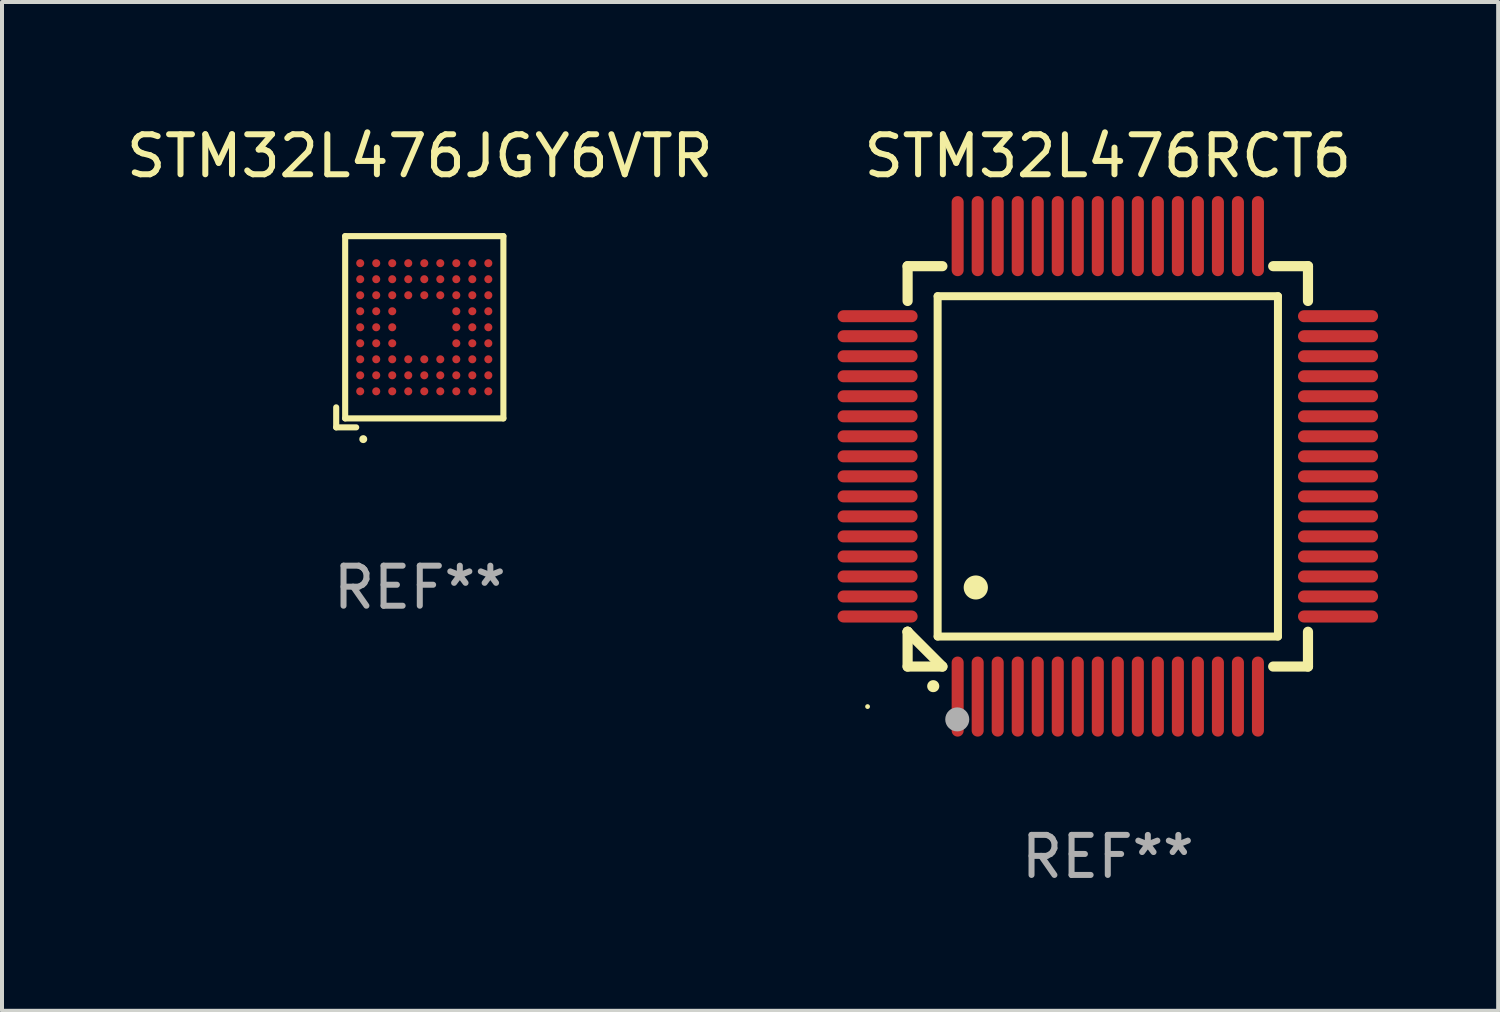
<source format=kicad_pcb>
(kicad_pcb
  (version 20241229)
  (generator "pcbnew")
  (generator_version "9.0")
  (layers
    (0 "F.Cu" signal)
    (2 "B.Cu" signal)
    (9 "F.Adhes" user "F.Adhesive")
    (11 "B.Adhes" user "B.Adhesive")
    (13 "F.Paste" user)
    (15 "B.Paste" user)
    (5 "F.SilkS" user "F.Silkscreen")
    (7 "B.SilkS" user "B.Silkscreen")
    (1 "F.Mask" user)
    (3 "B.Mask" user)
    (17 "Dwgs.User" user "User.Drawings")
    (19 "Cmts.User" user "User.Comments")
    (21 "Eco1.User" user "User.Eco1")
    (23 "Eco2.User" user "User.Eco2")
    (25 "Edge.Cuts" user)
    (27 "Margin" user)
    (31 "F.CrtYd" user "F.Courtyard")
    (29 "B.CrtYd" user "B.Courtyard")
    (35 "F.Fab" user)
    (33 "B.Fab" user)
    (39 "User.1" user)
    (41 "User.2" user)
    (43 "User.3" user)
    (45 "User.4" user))
  (footprint "STM32L476JGY6VTR"
    (layer "F.Cu")
    (at 7.435 5.236)
    (property "Reference" "STM32L476JGY6VTR" (at 0 -4.388 0) (layer "F.SilkS") (effects (font (size 1 1) (thickness 0.15))))
    (attr through_hole)
    (fp_line (start -2.088 1.888) (end -2.088 2.388) (stroke (width 0.152) (type solid)) (layer "F.SilkS"))
    (fp_line (start -2.088 2.388) (end -1.588 2.388) (stroke (width 0.152) (type solid)) (layer "F.SilkS"))
    (fp_line (start -1.864 -2.388) (end 2.088 -2.388) (stroke (width 0.152) (type solid)) (layer "F.SilkS"))
    (fp_line (start -1.864 2.164) (end -1.864 -2.388) (stroke (width 0.152) (type solid)) (layer "F.SilkS"))
    (fp_line (start 2.088 -2.388) (end 2.088 2.164) (stroke (width 0.152) (type solid)) (layer "F.SilkS"))
    (fp_line (start 2.088 2.164) (end -1.864 2.164) (stroke (width 0.152) (type solid)) (layer "F.SilkS"))
    (fp_circle (center -1.412 2.682) (end -1.362 2.682) (stroke (width 0.1) (type solid)) (fill no) (layer "F.SilkS"))
    (fp_text user "REF**" (at 0 6.388 0) (layer "F.Fab") (effects (font (size 1 1) (thickness 0.15))))
    (pad "A1" smd circle (at -1.488 1.488) (size 0.2 0.2) (layers "F.Cu" "F.Mask" "F.Paste"))
    (pad "A2" smd circle (at -1.488 1.088) (size 0.2 0.2) (layers "F.Cu" "F.Mask" "F.Paste"))
    (pad "A3" smd circle (at -1.488 0.688) (size 0.2 0.2) (layers "F.Cu" "F.Mask" "F.Paste"))
    (pad "A4" smd circle (at -1.488 0.288) (size 0.2 0.2) (layers "F.Cu" "F.Mask" "F.Paste"))
    (pad "A5" smd circle (at -1.488 -0.112) (size 0.2 0.2) (layers "F.Cu" "F.Mask" "F.Paste"))
    (pad "A6" smd circle (at -1.488 -0.512) (size 0.2 0.2) (layers "F.Cu" "F.Mask" "F.Paste"))
    (pad "A7" smd circle (at -1.488 -0.912) (size 0.2 0.2) (layers "F.Cu" "F.Mask" "F.Paste"))
    (pad "A8" smd circle (at -1.488 -1.312) (size 0.2 0.2) (layers "F.Cu" "F.Mask" "F.Paste"))
    (pad "A9" smd circle (at -1.488 -1.712) (size 0.2 0.2) (layers "F.Cu" "F.Mask" "F.Paste"))
    (pad "B1" smd circle (at -1.088 1.488) (size 0.2 0.2) (layers "F.Cu" "F.Mask" "F.Paste"))
    (pad "B2" smd circle (at -1.088 1.088) (size 0.2 0.2) (layers "F.Cu" "F.Mask" "F.Paste"))
    (pad "B3" smd circle (at -1.088 0.688) (size 0.2 0.2) (layers "F.Cu" "F.Mask" "F.Paste"))
    (pad "B4" smd circle (at -1.088 0.288) (size 0.2 0.2) (layers "F.Cu" "F.Mask" "F.Paste"))
    (pad "B5" smd circle (at -1.088 -0.112) (size 0.2 0.2) (layers "F.Cu" "F.Mask" "F.Paste"))
    (pad "B6" smd circle (at -1.088 -0.512) (size 0.2 0.2) (layers "F.Cu" "F.Mask" "F.Paste"))
    (pad "B7" smd circle (at -1.088 -0.912) (size 0.2 0.2) (layers "F.Cu" "F.Mask" "F.Paste"))
    (pad "B8" smd circle (at -1.088 -1.312) (size 0.2 0.2) (layers "F.Cu" "F.Mask" "F.Paste"))
    (pad "B9" smd circle (at -1.088 -1.712) (size 0.2 0.2) (layers "F.Cu" "F.Mask" "F.Paste"))
    (pad "C1" smd circle (at -0.688 1.488) (size 0.2 0.2) (layers "F.Cu" "F.Mask" "F.Paste"))
    (pad "C2" smd circle (at -0.688 1.088) (size 0.2 0.2) (layers "F.Cu" "F.Mask" "F.Paste"))
    (pad "C3" smd circle (at -0.688 0.688) (size 0.2 0.2) (layers "F.Cu" "F.Mask" "F.Paste"))
    (pad "C4" smd circle (at -0.688 0.288) (size 0.2 0.2) (layers "F.Cu" "F.Mask" "F.Paste"))
    (pad "C5" smd circle (at -0.688 -0.112) (size 0.2 0.2) (layers "F.Cu" "F.Mask" "F.Paste"))
    (pad "C6" smd circle (at -0.688 -0.512) (size 0.2 0.2) (layers "F.Cu" "F.Mask" "F.Paste"))
    (pad "C7" smd circle (at -0.688 -0.912) (size 0.2 0.2) (layers "F.Cu" "F.Mask" "F.Paste"))
    (pad "C8" smd circle (at -0.688 -1.312) (size 0.2 0.2) (layers "F.Cu" "F.Mask" "F.Paste"))
    (pad "C9" smd circle (at -0.688 -1.712) (size 0.2 0.2) (layers "F.Cu" "F.Mask" "F.Paste"))
    (pad "D1" smd circle (at -0.288 1.488) (size 0.2 0.2) (layers "F.Cu" "F.Mask" "F.Paste"))
    (pad "D2" smd circle (at -0.288 1.088) (size 0.2 0.2) (layers "F.Cu" "F.Mask" "F.Paste"))
    (pad "D3" smd circle (at -0.288 0.688) (size 0.2 0.2) (layers "F.Cu" "F.Mask" "F.Paste"))
    (pad "D7" smd circle (at -0.288 -0.912) (size 0.2 0.2) (layers "F.Cu" "F.Mask" "F.Paste"))
    (pad "D8" smd circle (at -0.288 -1.312) (size 0.2 0.2) (layers "F.Cu" "F.Mask" "F.Paste"))
    (pad "D9" smd circle (at -0.288 -1.712) (size 0.2 0.2) (layers "F.Cu" "F.Mask" "F.Paste"))
    (pad "E1" smd circle (at 0.112 1.488) (size 0.2 0.2) (layers "F.Cu" "F.Mask" "F.Paste"))
    (pad "E2" smd circle (at 0.112 1.088) (size 0.2 0.2) (layers "F.Cu" "F.Mask" "F.Paste"))
    (pad "E3" smd circle (at 0.112 0.688) (size 0.2 0.2) (layers "F.Cu" "F.Mask" "F.Paste"))
    (pad "E7" smd circle (at 0.112 -0.912) (size 0.2 0.2) (layers "F.Cu" "F.Mask" "F.Paste"))
    (pad "E8" smd circle (at 0.112 -1.312) (size 0.2 0.2) (layers "F.Cu" "F.Mask" "F.Paste"))
    (pad "E9" smd circle (at 0.112 -1.712) (size 0.2 0.2) (layers "F.Cu" "F.Mask" "F.Paste"))
    (pad "F1" smd circle (at 0.512 1.488) (size 0.2 0.2) (layers "F.Cu" "F.Mask" "F.Paste"))
    (pad "F2" smd circle (at 0.512 1.088) (size 0.2 0.2) (layers "F.Cu" "F.Mask" "F.Paste"))
    (pad "F3" smd circle (at 0.512 0.688) (size 0.2 0.2) (layers "F.Cu" "F.Mask" "F.Paste"))
    (pad "F7" smd circle (at 0.512 -0.912) (size 0.2 0.2) (layers "F.Cu" "F.Mask" "F.Paste"))
    (pad "F8" smd circle (at 0.512 -1.312) (size 0.2 0.2) (layers "F.Cu" "F.Mask" "F.Paste"))
    (pad "F9" smd circle (at 0.512 -1.712) (size 0.2 0.2) (layers "F.Cu" "F.Mask" "F.Paste"))
    (pad "G1" smd circle (at 0.912 1.488) (size 0.2 0.2) (layers "F.Cu" "F.Mask" "F.Paste"))
    (pad "G2" smd circle (at 0.912 1.088) (size 0.2 0.2) (layers "F.Cu" "F.Mask" "F.Paste"))
    (pad "G3" smd circle (at 0.912 0.688) (size 0.2 0.2) (layers "F.Cu" "F.Mask" "F.Paste"))
    (pad "G4" smd circle (at 0.912 0.288) (size 0.2 0.2) (layers "F.Cu" "F.Mask" "F.Paste"))
    (pad "G5" smd circle (at 0.912 -0.112) (size 0.2 0.2) (layers "F.Cu" "F.Mask" "F.Paste"))
    (pad "G6" smd circle (at 0.912 -0.512) (size 0.2 0.2) (layers "F.Cu" "F.Mask" "F.Paste"))
    (pad "G7" smd circle (at 0.912 -0.912) (size 0.2 0.2) (layers "F.Cu" "F.Mask" "F.Paste"))
    (pad "G8" smd circle (at 0.912 -1.312) (size 0.2 0.2) (layers "F.Cu" "F.Mask" "F.Paste"))
    (pad "G9" smd circle (at 0.912 -1.712) (size 0.2 0.2) (layers "F.Cu" "F.Mask" "F.Paste"))
    (pad "H1" smd circle (at 1.312 1.488) (size 0.2 0.2) (layers "F.Cu" "F.Mask" "F.Paste"))
    (pad "H2" smd circle (at 1.312 1.088) (size 0.2 0.2) (layers "F.Cu" "F.Mask" "F.Paste"))
    (pad "H3" smd circle (at 1.312 0.688) (size 0.2 0.2) (layers "F.Cu" "F.Mask" "F.Paste"))
    (pad "H4" smd circle (at 1.312 0.288) (size 0.2 0.2) (layers "F.Cu" "F.Mask" "F.Paste"))
    (pad "H5" smd circle (at 1.312 -0.112) (size 0.2 0.2) (layers "F.Cu" "F.Mask" "F.Paste"))
    (pad "H6" smd circle (at 1.312 -0.512) (size 0.2 0.2) (layers "F.Cu" "F.Mask" "F.Paste"))
    (pad "H7" smd circle (at 1.312 -0.912) (size 0.2 0.2) (layers "F.Cu" "F.Mask" "F.Paste"))
    (pad "H8" smd circle (at 1.312 -1.312) (size 0.2 0.2) (layers "F.Cu" "F.Mask" "F.Paste"))
    (pad "H9" smd circle (at 1.312 -1.712) (size 0.2 0.2) (layers "F.Cu" "F.Mask" "F.Paste"))
    (pad "J1" smd circle (at 1.712 1.488) (size 0.2 0.2) (layers "F.Cu" "F.Mask" "F.Paste"))
    (pad "J2" smd circle (at 1.712 1.088) (size 0.2 0.2) (layers "F.Cu" "F.Mask" "F.Paste"))
    (pad "J3" smd circle (at 1.712 0.688) (size 0.2 0.2) (layers "F.Cu" "F.Mask" "F.Paste"))
    (pad "J4" smd circle (at 1.712 0.288) (size 0.2 0.2) (layers "F.Cu" "F.Mask" "F.Paste"))
    (pad "J5" smd circle (at 1.712 -0.112) (size 0.2 0.2) (layers "F.Cu" "F.Mask" "F.Paste"))
    (pad "J6" smd circle (at 1.712 -0.512) (size 0.2 0.2) (layers "F.Cu" "F.Mask" "F.Paste"))
    (pad "J7" smd circle (at 1.712 -0.912) (size 0.2 0.2) (layers "F.Cu" "F.Mask" "F.Paste"))
    (pad "J8" smd circle (at 1.712 -1.312) (size 0.2 0.2) (layers "F.Cu" "F.Mask" "F.Paste"))
    (pad "J9" smd circle (at 1.712 -1.712) (size 0.2 0.2) (layers "F.Cu" "F.Mask" "F.Paste")))
  (footprint "STM32L476RCT6"
    (layer "F.Cu")
    (at 24.619 8.598)
    (property "Reference" "STM32L476RCT6" (at 0 -7.75 0) (layer "F.SilkS") (effects (font (size 1 1) (thickness 0.15))))
    (attr through_hole)
    (fp_line (start -5 -5) (end -4.131 -5) (stroke (width 0.254) (type solid)) (layer "F.SilkS"))
    (fp_line (start -5 -4.131) (end -5 -5) (stroke (width 0.254) (type solid)) (layer "F.SilkS"))
    (fp_line (start -5 4.131) (end -5 4.131) (stroke (width 0.254) (type solid)) (layer "F.SilkS"))
    (fp_line (start -5 5) (end -5 4.131) (stroke (width 0.254) (type solid)) (layer "F.SilkS"))
    (fp_line (start -5 4.131) (end -4.131 5) (stroke (width 0.254) (type solid)) (layer "F.SilkS"))
    (fp_line (start -4.25 -4.25) (end -4.25 4.25) (stroke (width 0.2) (type solid)) (layer "F.SilkS"))
    (fp_line (start -4.25 4.25) (end 4.25 4.25) (stroke (width 0.2) (type solid)) (layer "F.SilkS"))
    (fp_line (start -4.131 5) (end -5 5) (stroke (width 0.254) (type solid)) (layer "F.SilkS"))
    (fp_line (start 4.25 -4.25) (end -4.25 -4.25) (stroke (width 0.2) (type solid)) (layer "F.SilkS"))
    (fp_line (start 4.25 4.25) (end 4.25 -4.25) (stroke (width 0.2) (type solid)) (layer "F.SilkS"))
    (fp_line (start 5 -5) (end 4.131 -5) (stroke (width 0.254) (type solid)) (layer "F.SilkS"))
    (fp_line (start 5 -5) (end 5 -4.131) (stroke (width 0.254) (type solid)) (layer "F.SilkS"))
    (fp_line (start 5 4.131) (end 5 5) (stroke (width 0.254) (type solid)) (layer "F.SilkS"))
    (fp_line (start 5 5) (end 4.131 5) (stroke (width 0.254) (type solid)) (layer "F.SilkS"))
    (fp_arc (start -4.361265 5.489992) (mid -4.359995 5.489987) (end -4.358725 5.489992) (stroke (width 0.3) (type solid)) (layer "F.SilkS"))
    (fp_arc (start -3.299467 3.025146) (mid -3.296927 3.025135) (end -3.294387 3.025146) (stroke (width 0.6) (type solid)) (layer "F.SilkS"))
    (fp_circle (center -6 6) (end -5.97 6) (stroke (width 0.06) (type solid)) (fill no) (layer "F.SilkS"))
    (fp_circle (center -3.76 6.32) (end -3.61 6.32) (stroke (width 0.3) (type solid)) (fill no) (layer "F.Fab"))
    (fp_text user "REF**" (at 0 9.75 0) (layer "F.Fab") (effects (font (size 1 1) (thickness 0.15))))
    (pad "1" smd oval (at -3.75 5.75) (size 0.3 2) (layers "F.Cu" "F.Mask" "F.Paste"))
    (pad "2" smd oval (at -3.25 5.75) (size 0.3 2) (layers "F.Cu" "F.Mask" "F.Paste"))
    (pad "3" smd oval (at -2.75 5.75) (size 0.3 2) (layers "F.Cu" "F.Mask" "F.Paste"))
    (pad "4" smd oval (at -2.25 5.75) (size 0.3 2) (layers "F.Cu" "F.Mask" "F.Paste"))
    (pad "5" smd oval (at -1.75 5.75) (size 0.3 2) (layers "F.Cu" "F.Mask" "F.Paste"))
    (pad "6" smd oval (at -1.25 5.75) (size 0.3 2) (layers "F.Cu" "F.Mask" "F.Paste"))
    (pad "7" smd oval (at -0.75 5.75) (size 0.3 2) (layers "F.Cu" "F.Mask" "F.Paste"))
    (pad "8" smd oval (at -0.25 5.75) (size 0.3 2) (layers "F.Cu" "F.Mask" "F.Paste"))
    (pad "9" smd oval (at 0.25 5.75) (size 0.3 2) (layers "F.Cu" "F.Mask" "F.Paste"))
    (pad "10" smd oval (at 0.75 5.75) (size 0.3 2) (layers "F.Cu" "F.Mask" "F.Paste"))
    (pad "11" smd oval (at 1.25 5.75) (size 0.3 2) (layers "F.Cu" "F.Mask" "F.Paste"))
    (pad "12" smd oval (at 1.75 5.75) (size 0.3 2) (layers "F.Cu" "F.Mask" "F.Paste"))
    (pad "13" smd oval (at 2.25 5.75) (size 0.3 2) (layers "F.Cu" "F.Mask" "F.Paste"))
    (pad "14" smd oval (at 2.75 5.75) (size 0.3 2) (layers "F.Cu" "F.Mask" "F.Paste"))
    (pad "15" smd oval (at 3.25 5.75) (size 0.3 2) (layers "F.Cu" "F.Mask" "F.Paste"))
    (pad "16" smd oval (at 3.75 5.75) (size 0.3 2) (layers "F.Cu" "F.Mask" "F.Paste"))
    (pad "17" smd oval (at 5.75 3.75) (size 2 0.3) (layers "F.Cu" "F.Mask" "F.Paste"))
    (pad "18" smd oval (at 5.75 3.25) (size 2 0.3) (layers "F.Cu" "F.Mask" "F.Paste"))
    (pad "19" smd oval (at 5.75 2.75) (size 2 0.3) (layers "F.Cu" "F.Mask" "F.Paste"))
    (pad "20" smd oval (at 5.75 2.25) (size 2 0.3) (layers "F.Cu" "F.Mask" "F.Paste"))
    (pad "21" smd oval (at 5.75 1.75) (size 2 0.3) (layers "F.Cu" "F.Mask" "F.Paste"))
    (pad "22" smd oval (at 5.75 1.25) (size 2 0.3) (layers "F.Cu" "F.Mask" "F.Paste"))
    (pad "23" smd oval (at 5.75 0.75) (size 2 0.3) (layers "F.Cu" "F.Mask" "F.Paste"))
    (pad "24" smd oval (at 5.75 0.25) (size 2 0.3) (layers "F.Cu" "F.Mask" "F.Paste"))
    (pad "25" smd oval (at 5.75 -0.25) (size 2 0.3) (layers "F.Cu" "F.Mask" "F.Paste"))
    (pad "26" smd oval (at 5.75 -0.75) (size 2 0.3) (layers "F.Cu" "F.Mask" "F.Paste"))
    (pad "27" smd oval (at 5.75 -1.25) (size 2 0.3) (layers "F.Cu" "F.Mask" "F.Paste"))
    (pad "28" smd oval (at 5.75 -1.75) (size 2 0.3) (layers "F.Cu" "F.Mask" "F.Paste"))
    (pad "29" smd oval (at 5.75 -2.25) (size 2 0.3) (layers "F.Cu" "F.Mask" "F.Paste"))
    (pad "30" smd oval (at 5.75 -2.75) (size 2 0.3) (layers "F.Cu" "F.Mask" "F.Paste"))
    (pad "31" smd oval (at 5.75 -3.25) (size 2 0.3) (layers "F.Cu" "F.Mask" "F.Paste"))
    (pad "32" smd oval (at 5.75 -3.75) (size 2 0.3) (layers "F.Cu" "F.Mask" "F.Paste"))
    (pad "33" smd oval (at 3.75 -5.75) (size 0.3 2) (layers "F.Cu" "F.Mask" "F.Paste"))
    (pad "34" smd oval (at 3.25 -5.75) (size 0.3 2) (layers "F.Cu" "F.Mask" "F.Paste"))
    (pad "35" smd oval (at 2.75 -5.75) (size 0.3 2) (layers "F.Cu" "F.Mask" "F.Paste"))
    (pad "36" smd oval (at 2.25 -5.75) (size 0.3 2) (layers "F.Cu" "F.Mask" "F.Paste"))
    (pad "37" smd oval (at 1.75 -5.75) (size 0.3 2) (layers "F.Cu" "F.Mask" "F.Paste"))
    (pad "38" smd oval (at 1.25 -5.75) (size 0.3 2) (layers "F.Cu" "F.Mask" "F.Paste"))
    (pad "39" smd oval (at 0.75 -5.75) (size 0.3 2) (layers "F.Cu" "F.Mask" "F.Paste"))
    (pad "40" smd oval (at 0.25 -5.75) (size 0.3 2) (layers "F.Cu" "F.Mask" "F.Paste"))
    (pad "41" smd oval (at -0.25 -5.75) (size 0.3 2) (layers "F.Cu" "F.Mask" "F.Paste"))
    (pad "42" smd oval (at -0.75 -5.75) (size 0.3 2) (layers "F.Cu" "F.Mask" "F.Paste"))
    (pad "43" smd oval (at -1.25 -5.75) (size 0.3 2) (layers "F.Cu" "F.Mask" "F.Paste"))
    (pad "44" smd oval (at -1.75 -5.75) (size 0.3 2) (layers "F.Cu" "F.Mask" "F.Paste"))
    (pad "45" smd oval (at -2.25 -5.75) (size 0.3 2) (layers "F.Cu" "F.Mask" "F.Paste"))
    (pad "46" smd oval (at -2.75 -5.75) (size 0.3 2) (layers "F.Cu" "F.Mask" "F.Paste"))
    (pad "47" smd oval (at -3.25 -5.75) (size 0.3 2) (layers "F.Cu" "F.Mask" "F.Paste"))
    (pad "48" smd oval (at -3.75 -5.75) (size 0.3 2) (layers "F.Cu" "F.Mask" "F.Paste"))
    (pad "49" smd oval (at -5.75 -3.75) (size 2 0.3) (layers "F.Cu" "F.Mask" "F.Paste"))
    (pad "50" smd oval (at -5.75 -3.25) (size 2 0.3) (layers "F.Cu" "F.Mask" "F.Paste"))
    (pad "51" smd oval (at -5.75 -2.75) (size 2 0.3) (layers "F.Cu" "F.Mask" "F.Paste"))
    (pad "52" smd oval (at -5.75 -2.25) (size 2 0.3) (layers "F.Cu" "F.Mask" "F.Paste"))
    (pad "53" smd oval (at -5.75 -1.75) (size 2 0.3) (layers "F.Cu" "F.Mask" "F.Paste"))
    (pad "54" smd oval (at -5.75 -1.25) (size 2 0.3) (layers "F.Cu" "F.Mask" "F.Paste"))
    (pad "55" smd oval (at -5.75 -0.75) (size 2 0.3) (layers "F.Cu" "F.Mask" "F.Paste"))
    (pad "56" smd oval (at -5.75 -0.25) (size 2 0.3) (layers "F.Cu" "F.Mask" "F.Paste"))
    (pad "57" smd oval (at -5.75 0.25) (size 2 0.3) (layers "F.Cu" "F.Mask" "F.Paste"))
    (pad "58" smd oval (at -5.75 0.75) (size 2 0.3) (layers "F.Cu" "F.Mask" "F.Paste"))
    (pad "59" smd oval (at -5.75 1.25) (size 2 0.3) (layers "F.Cu" "F.Mask" "F.Paste"))
    (pad "60" smd oval (at -5.75 1.75) (size 2 0.3) (layers "F.Cu" "F.Mask" "F.Paste"))
    (pad "61" smd oval (at -5.75 2.25) (size 2 0.3) (layers "F.Cu" "F.Mask" "F.Paste"))
    (pad "62" smd oval (at -5.75 2.75) (size 2 0.3) (layers "F.Cu" "F.Mask" "F.Paste"))
    (pad "63" smd oval (at -5.75 3.25) (size 2 0.3) (layers "F.Cu" "F.Mask" "F.Paste"))
    (pad "64" smd oval (at -5.75 3.75) (size 2 0.3) (layers "F.Cu" "F.Mask" "F.Paste")))
  (gr_rect
    (start -3 -3)
    (end 34.369 22.196)
    (stroke (width 0.1) (type default))
    (fill no)
    (layer "Edge.Cuts")))
</source>
